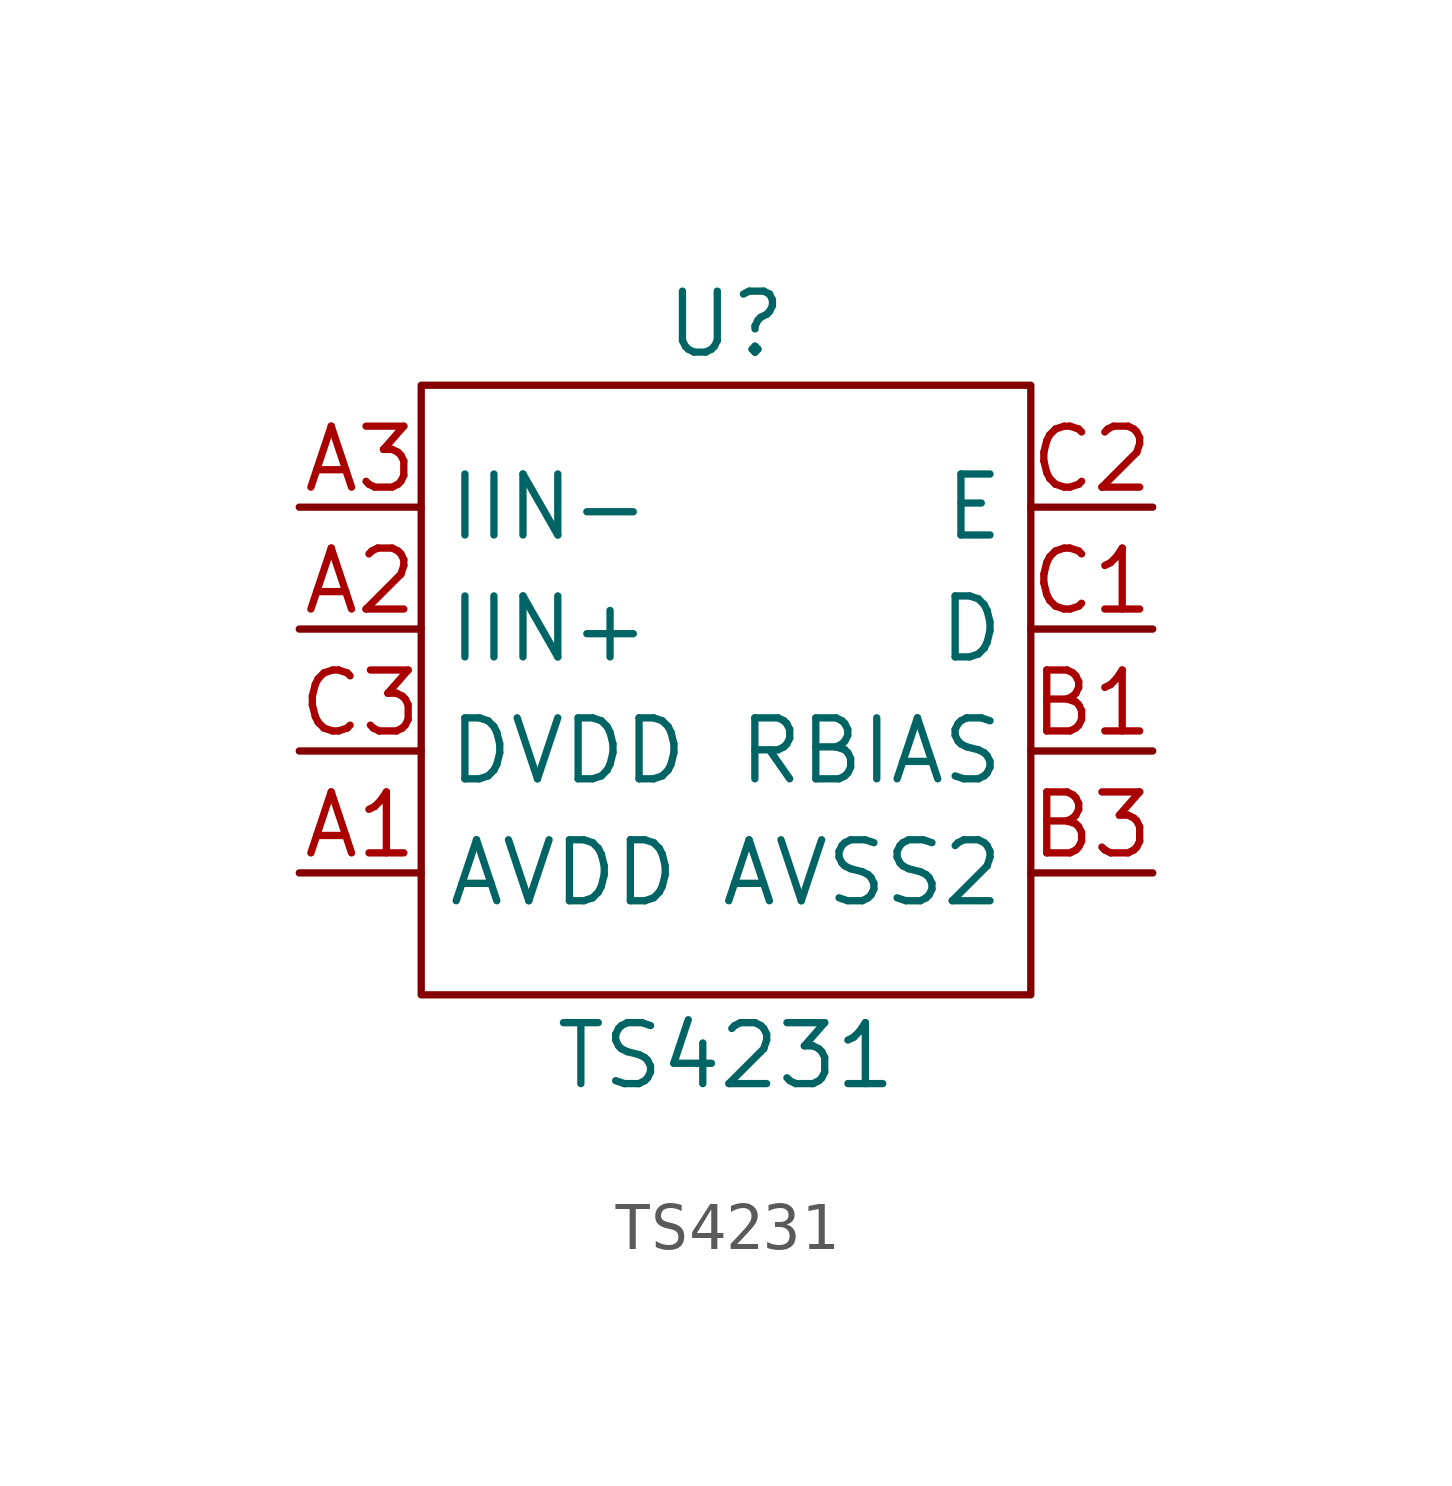
<source format=kicad_sym>
(kicad_symbol_lib
  (version 20211014)
  (generator kicad_symbol_editor)
  (symbol "TS4231"
    (property "Reference" "U"
      (at 0 7.62 0)
      (effects (font (size 1.27 1.27))))
    (property "Value" "TS4231"
      (at 0 -7.62 0)
      (effects (font (size 1.27 1.27))))
    (symbol "TS4231_0_1"
      (rectangle (start -6.35 6.35) (end 6.35 -6.35) (stroke (width 0) (type default) (color 0 0 0 0)) (fill (type none))))
    (symbol "TS4231_1_1"
      (pin power_in line (at -8.89 -3.81 0) (length 2.54) (name "AVDD" (effects (font (size 1.27 1.27)))) (number "A1" (effects (font (size 1.27 1.27)))))
      (pin input line (at -8.89 1.27 0) (length 2.54) (name "IIN+" (effects (font (size 1.27 1.27)))) (number "A2" (effects (font (size 1.27 1.27)))))
      (pin input line (at -8.89 3.81 0) (length 2.54) (name "IIN-" (effects (font (size 1.27 1.27)))) (number "A3" (effects (font (size 1.27 1.27)))))
      (pin power_in line (at 8.89 -1.27 180) (length 2.54) (name "RBIAS" (effects (font (size 1.27 1.27)))) (number "B1" (effects (font (size 1.27 1.27)))))
      (pin power_in line (at 8.89 -3.81 180) (length 2.54) hide (name "AVSS1" (effects (font (size 1.27 1.27)))) (number "B2" (effects (font (size 1.27 1.27)))))
      (pin power_in line (at 8.89 -3.81 180) (length 2.54) (name "AVSS2" (effects (font (size 1.27 1.27)))) (number "B3" (effects (font (size 1.27 1.27)))))
      (pin bidirectional line (at 8.89 1.27 180) (length 2.54) (name "D" (effects (font (size 1.27 1.27)))) (number "C1" (effects (font (size 1.27 1.27)))))
      (pin bidirectional line (at 8.89 3.81 180) (length 2.54) (name "E" (effects (font (size 1.27 1.27)))) (number "C2" (effects (font (size 1.27 1.27)))))
      (pin power_in line (at -8.89 -1.27 0) (length 2.54) (name "DVDD" (effects (font (size 1.27 1.27)))) (number "C3" (effects (font (size 1.27 1.27))))))))
</source>
